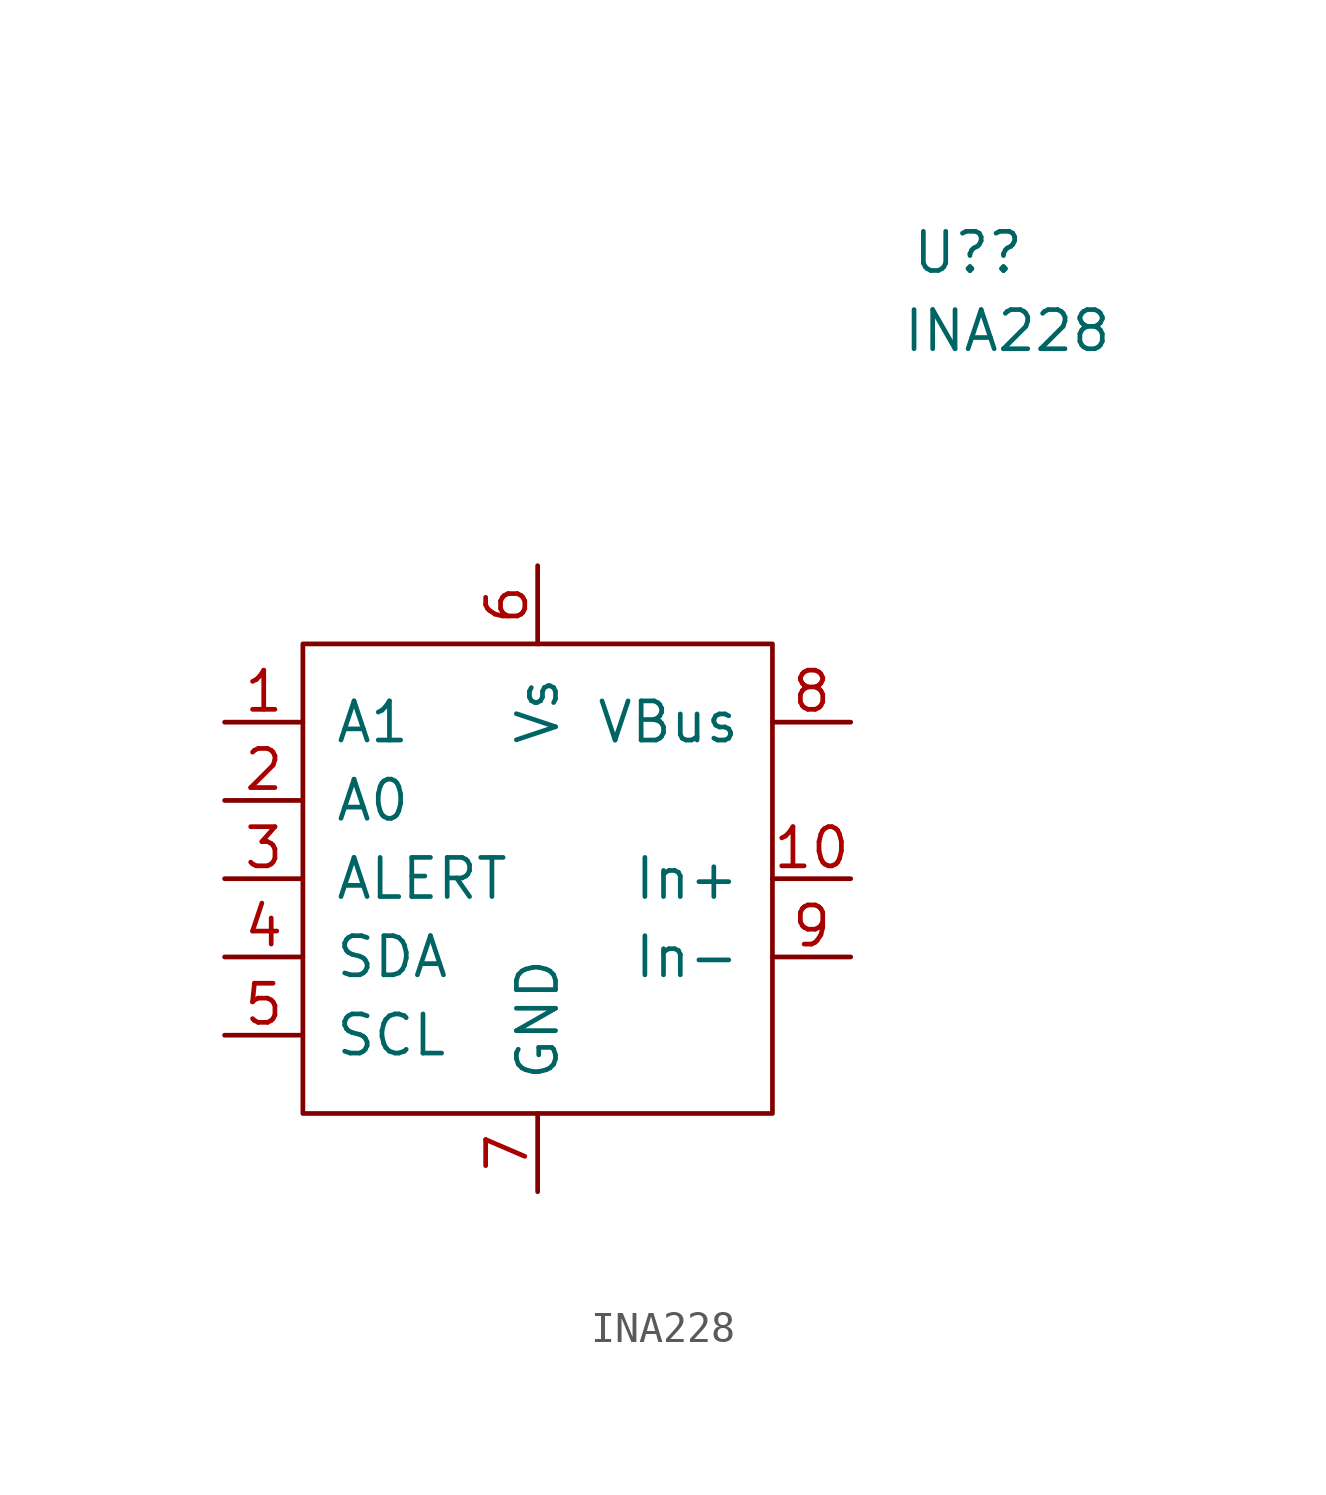
<source format=kicad_sym>
(kicad_symbol_lib
  (version 20220914)
  (generator kicad_symbol_editor)
  (symbol "INA228"
    (pin_names
      (offset 1.016))
    (property "Reference" "U?"
      (at 13.97 15.24 0)
      (effects (font (size 1.27 1.27))))
    (property "Value" "INA228"
      (at 15.24 12.7 0)
      (effects (font (size 1.27 1.27))))
    (symbol "INA228_0_1"
      (rectangle (start -7.62 -12.7) (end 7.62 2.54) (stroke (width 0) (type default)) (fill (type none))))
    (symbol "INA228_1_1"
      (pin input line (at -10.16 0 0) (length 2.54) (name "A1" (effects (font (size 1.27 1.27)))) (number "1" (effects (font (size 1.27 1.27)))))
      (pin input line (at 10.16 -5.08 180) (length 2.54) (name "In+" (effects (font (size 1.27 1.27)))) (number "10" (effects (font (size 1.27 1.27)))))
      (pin input line (at -10.16 -2.54 0) (length 2.54) (name "A0" (effects (font (size 1.27 1.27)))) (number "2" (effects (font (size 1.27 1.27)))))
      (pin output line (at -10.16 -5.08 0) (length 2.54) (name "ALERT" (effects (font (size 1.27 1.27)))) (number "3" (effects (font (size 1.27 1.27)))))
      (pin bidirectional line (at -10.16 -7.62 0) (length 2.54) (name "SDA" (effects (font (size 1.27 1.27)))) (number "4" (effects (font (size 1.27 1.27)))))
      (pin input line (at -10.16 -10.16 0) (length 2.54) (name "SCL" (effects (font (size 1.27 1.27)))) (number "5" (effects (font (size 1.27 1.27)))))
      (pin power_in line (at 0 5.08 270) (length 2.54) (name "Vs" (effects (font (size 1.27 1.27)))) (number "6" (effects (font (size 1.27 1.27)))))
      (pin power_in line (at 0 -15.24 90) (length 2.54) (name "GND" (effects (font (size 1.27 1.27)))) (number "7" (effects (font (size 1.27 1.27)))))
      (pin input line (at 10.16 0 180) (length 2.54) (name "VBus" (effects (font (size 1.27 1.27)))) (number "8" (effects (font (size 1.27 1.27)))))
      (pin input line (at 10.16 -7.62 180) (length 2.54) (name "In-" (effects (font (size 1.27 1.27)))) (number "9" (effects (font (size 1.27 1.27))))))))
</source>
